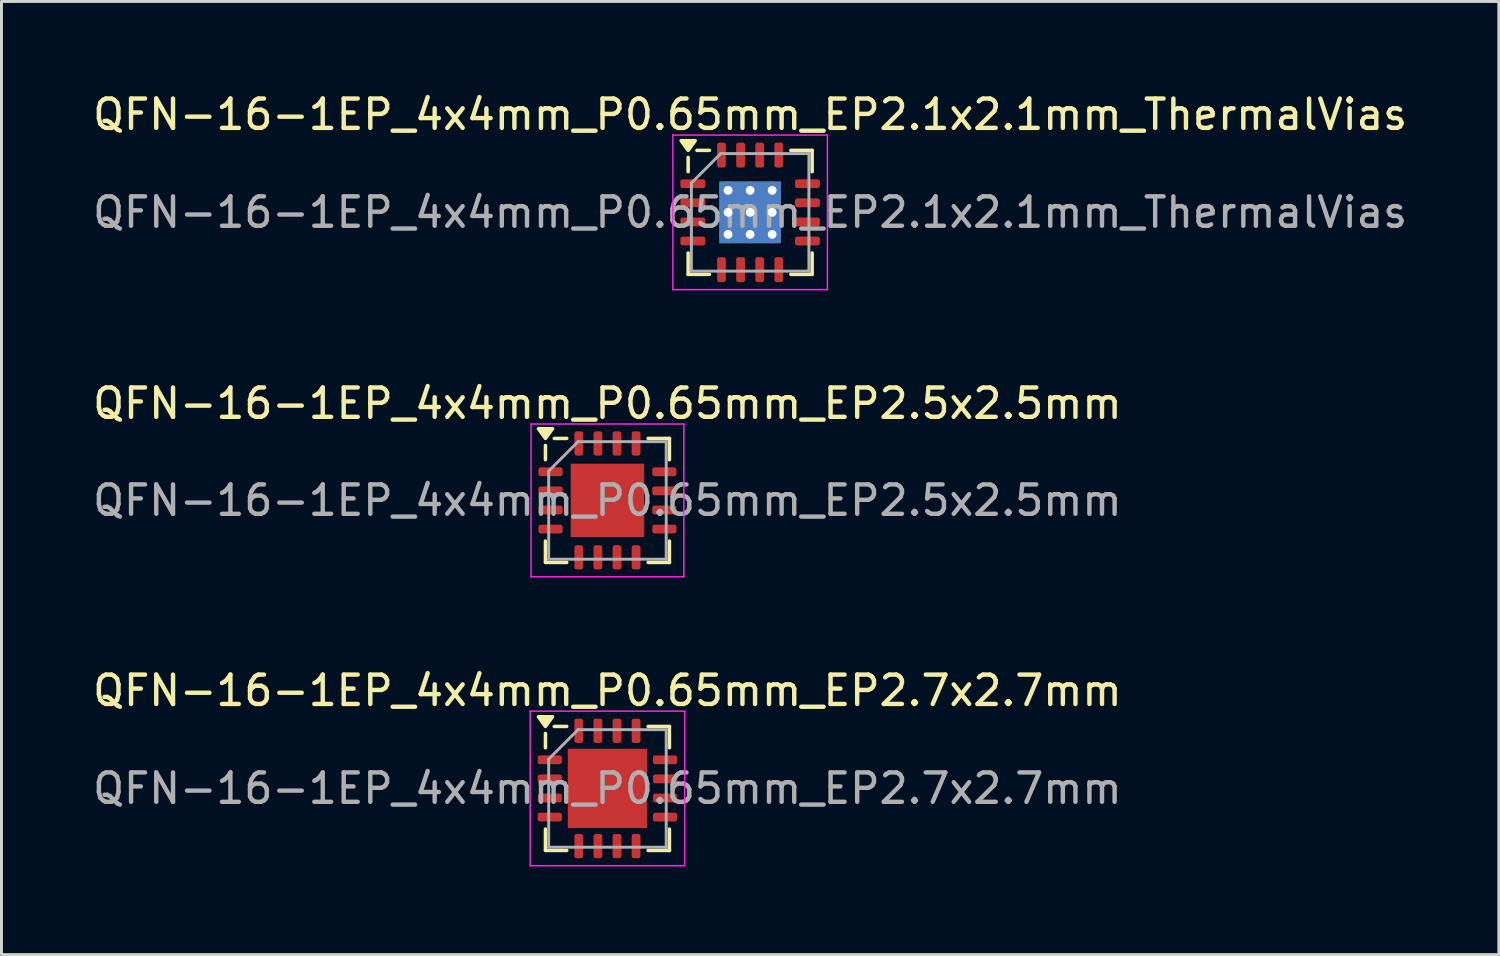
<source format=kicad_pcb>
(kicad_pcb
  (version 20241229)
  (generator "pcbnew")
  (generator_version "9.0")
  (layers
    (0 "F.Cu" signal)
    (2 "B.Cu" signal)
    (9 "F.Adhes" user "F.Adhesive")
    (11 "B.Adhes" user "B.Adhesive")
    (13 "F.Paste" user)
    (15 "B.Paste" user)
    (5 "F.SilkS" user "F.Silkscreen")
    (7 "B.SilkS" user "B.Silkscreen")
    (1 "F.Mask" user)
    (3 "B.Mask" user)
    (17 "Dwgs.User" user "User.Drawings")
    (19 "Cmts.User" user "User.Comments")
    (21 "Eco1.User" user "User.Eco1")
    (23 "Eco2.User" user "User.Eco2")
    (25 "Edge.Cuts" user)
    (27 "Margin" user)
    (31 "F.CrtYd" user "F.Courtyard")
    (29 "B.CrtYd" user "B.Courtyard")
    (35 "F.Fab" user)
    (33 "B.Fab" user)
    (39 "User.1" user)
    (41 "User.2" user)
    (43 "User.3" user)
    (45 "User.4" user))
  (footprint "QFN-16-1EP_4x4mm_P0.65mm_EP2.7x2.7mm"
    (layer "F.Cu")
    (at 17.625 23.785)
    (property "Reference" "QFN-16-1EP_4x4mm_P0.65mm_EP2.7x2.7mm" (at 0 -3.33 0) (layer "F.SilkS") (effects (font (size 1 1) (thickness 0.15))))
    (attr smd)
    (fp_line (start -2.11 -1.385) (end -2.11 -1.87) (stroke (width 0.12) (type solid)) (layer "F.SilkS"))
    (fp_line (start -2.11 2.11) (end -2.11 1.385) (stroke (width 0.12) (type solid)) (layer "F.SilkS"))
    (fp_line (start -1.385 -2.11) (end -1.81 -2.11) (stroke (width 0.12) (type solid)) (layer "F.SilkS"))
    (fp_line (start -1.385 2.11) (end -2.11 2.11) (stroke (width 0.12) (type solid)) (layer "F.SilkS"))
    (fp_line (start 1.385 -2.11) (end 2.11 -2.11) (stroke (width 0.12) (type solid)) (layer "F.SilkS"))
    (fp_line (start 1.385 2.11) (end 2.11 2.11) (stroke (width 0.12) (type solid)) (layer "F.SilkS"))
    (fp_line (start 2.11 -2.11) (end 2.11 -1.385) (stroke (width 0.12) (type solid)) (layer "F.SilkS"))
    (fp_line (start 2.11 2.11) (end 2.11 1.385) (stroke (width 0.12) (type solid)) (layer "F.SilkS"))
    (fp_poly (pts (xy -2.11 -2.11) (xy -2.35 -2.44) (xy -1.87 -2.44) (xy -2.11 -2.11)) (stroke (width 0.12) (type solid)) (fill yes) (layer "F.SilkS"))
    (fp_line (start -2.63 -2.63) (end -2.63 2.63) (stroke (width 0.05) (type solid)) (layer "F.CrtYd"))
    (fp_line (start -2.63 2.63) (end 2.63 2.63) (stroke (width 0.05) (type solid)) (layer "F.CrtYd"))
    (fp_line (start 2.63 -2.63) (end -2.63 -2.63) (stroke (width 0.05) (type solid)) (layer "F.CrtYd"))
    (fp_line (start 2.63 2.63) (end 2.63 -2.63) (stroke (width 0.05) (type solid)) (layer "F.CrtYd"))
    (fp_line (start -2 -1) (end -1 -2) (stroke (width 0.1) (type solid)) (layer "F.Fab"))
    (fp_line (start -2 2) (end -2 -1) (stroke (width 0.1) (type solid)) (layer "F.Fab"))
    (fp_line (start -1 -2) (end 2 -2) (stroke (width 0.1) (type solid)) (layer "F.Fab"))
    (fp_line (start 2 -2) (end 2 2) (stroke (width 0.1) (type solid)) (layer "F.Fab"))
    (fp_line (start 2 2) (end -2 2) (stroke (width 0.1) (type solid)) (layer "F.Fab"))
    (fp_text user "${REFERENCE}" (at 0 0 0) (layer "F.Fab") (effects (font (size 1 1) (thickness 0.15))))
    (pad "" smd roundrect (at -0.675 -0.675) (size 1.09 1.09) (layers "F.Paste") (roundrect_rratio 0.229))
    (pad "" smd roundrect (at -0.675 0.675) (size 1.09 1.09) (layers "F.Paste") (roundrect_rratio 0.229))
    (pad "" smd roundrect (at 0.675 -0.675) (size 1.09 1.09) (layers "F.Paste") (roundrect_rratio 0.229))
    (pad "" smd roundrect (at 0.675 0.675) (size 1.09 1.09) (layers "F.Paste") (roundrect_rratio 0.229))
    (pad "1" smd roundrect (at -1.962 -0.975) (size 0.825 0.3) (layers "F.Cu" "F.Mask" "F.Paste") (roundrect_rratio 0.25))
    (pad "2" smd roundrect (at -1.962 -0.325) (size 0.825 0.3) (layers "F.Cu" "F.Mask" "F.Paste") (roundrect_rratio 0.25))
    (pad "3" smd roundrect (at -1.962 0.325) (size 0.825 0.3) (layers "F.Cu" "F.Mask" "F.Paste") (roundrect_rratio 0.25))
    (pad "4" smd roundrect (at -1.962 0.975) (size 0.825 0.3) (layers "F.Cu" "F.Mask" "F.Paste") (roundrect_rratio 0.25))
    (pad "5" smd roundrect (at -0.975 1.962) (size 0.3 0.825) (layers "F.Cu" "F.Mask" "F.Paste") (roundrect_rratio 0.25))
    (pad "6" smd roundrect (at -0.325 1.962) (size 0.3 0.825) (layers "F.Cu" "F.Mask" "F.Paste") (roundrect_rratio 0.25))
    (pad "7" smd roundrect (at 0.325 1.962) (size 0.3 0.825) (layers "F.Cu" "F.Mask" "F.Paste") (roundrect_rratio 0.25))
    (pad "8" smd roundrect (at 0.975 1.962) (size 0.3 0.825) (layers "F.Cu" "F.Mask" "F.Paste") (roundrect_rratio 0.25))
    (pad "9" smd roundrect (at 1.962 0.975) (size 0.825 0.3) (layers "F.Cu" "F.Mask" "F.Paste") (roundrect_rratio 0.25))
    (pad "10" smd roundrect (at 1.962 0.325) (size 0.825 0.3) (layers "F.Cu" "F.Mask" "F.Paste") (roundrect_rratio 0.25))
    (pad "11" smd roundrect (at 1.962 -0.325) (size 0.825 0.3) (layers "F.Cu" "F.Mask" "F.Paste") (roundrect_rratio 0.25))
    (pad "12" smd roundrect (at 1.962 -0.975) (size 0.825 0.3) (layers "F.Cu" "F.Mask" "F.Paste") (roundrect_rratio 0.25))
    (pad "13" smd roundrect (at 0.975 -1.962) (size 0.3 0.825) (layers "F.Cu" "F.Mask" "F.Paste") (roundrect_rratio 0.25))
    (pad "14" smd roundrect (at 0.325 -1.962) (size 0.3 0.825) (layers "F.Cu" "F.Mask" "F.Paste") (roundrect_rratio 0.25))
    (pad "15" smd roundrect (at -0.325 -1.962) (size 0.3 0.825) (layers "F.Cu" "F.Mask" "F.Paste") (roundrect_rratio 0.25))
    (pad "16" smd roundrect (at -0.975 -1.962) (size 0.3 0.825) (layers "F.Cu" "F.Mask" "F.Paste") (roundrect_rratio 0.25))
    (pad "17" smd rect (at 0 0) (size 2.7 2.7) (property pad_prop_heatsink) (layers "F.Cu" "F.Mask")))
  (footprint "QFN-16-1EP_4x4mm_P0.65mm_EP2.5x2.5mm"
    (layer "F.Cu")
    (at 17.625 13.982)
    (property "Reference" "QFN-16-1EP_4x4mm_P0.65mm_EP2.5x2.5mm" (at 0 -3.3 0) (layer "F.SilkS") (effects (font (size 1 1) (thickness 0.15))))
    (attr smd)
    (fp_line (start -2.11 -1.385) (end -2.11 -1.87) (stroke (width 0.12) (type solid)) (layer "F.SilkS"))
    (fp_line (start -2.11 2.11) (end -2.11 1.385) (stroke (width 0.12) (type solid)) (layer "F.SilkS"))
    (fp_line (start -1.385 -2.11) (end -1.81 -2.11) (stroke (width 0.12) (type solid)) (layer "F.SilkS"))
    (fp_line (start -1.385 2.11) (end -2.11 2.11) (stroke (width 0.12) (type solid)) (layer "F.SilkS"))
    (fp_line (start 1.385 -2.11) (end 2.11 -2.11) (stroke (width 0.12) (type solid)) (layer "F.SilkS"))
    (fp_line (start 1.385 2.11) (end 2.11 2.11) (stroke (width 0.12) (type solid)) (layer "F.SilkS"))
    (fp_line (start 2.11 -2.11) (end 2.11 -1.385) (stroke (width 0.12) (type solid)) (layer "F.SilkS"))
    (fp_line (start 2.11 2.11) (end 2.11 1.385) (stroke (width 0.12) (type solid)) (layer "F.SilkS"))
    (fp_poly (pts (xy -2.11 -2.11) (xy -2.35 -2.44) (xy -1.87 -2.44) (xy -2.11 -2.11)) (stroke (width 0.12) (type solid)) (fill yes) (layer "F.SilkS"))
    (fp_line (start -2.6 -2.6) (end -2.6 2.6) (stroke (width 0.05) (type solid)) (layer "F.CrtYd"))
    (fp_line (start -2.6 2.6) (end 2.6 2.6) (stroke (width 0.05) (type solid)) (layer "F.CrtYd"))
    (fp_line (start 2.6 -2.6) (end -2.6 -2.6) (stroke (width 0.05) (type solid)) (layer "F.CrtYd"))
    (fp_line (start 2.6 2.6) (end 2.6 -2.6) (stroke (width 0.05) (type solid)) (layer "F.CrtYd"))
    (fp_line (start -2 -1) (end -1 -2) (stroke (width 0.1) (type solid)) (layer "F.Fab"))
    (fp_line (start -2 2) (end -2 -1) (stroke (width 0.1) (type solid)) (layer "F.Fab"))
    (fp_line (start -1 -2) (end 2 -2) (stroke (width 0.1) (type solid)) (layer "F.Fab"))
    (fp_line (start 2 -2) (end 2 2) (stroke (width 0.1) (type solid)) (layer "F.Fab"))
    (fp_line (start 2 2) (end -2 2) (stroke (width 0.1) (type solid)) (layer "F.Fab"))
    (fp_text user "${REFERENCE}" (at 0 0 0) (layer "F.Fab") (effects (font (size 1 1) (thickness 0.15))))
    (pad "" smd roundrect (at -0.625 -0.625) (size 1.01 1.01) (layers "F.Paste") (roundrect_rratio 0.248))
    (pad "" smd roundrect (at -0.625 0.625) (size 1.01 1.01) (layers "F.Paste") (roundrect_rratio 0.248))
    (pad "" smd roundrect (at 0.625 -0.625) (size 1.01 1.01) (layers "F.Paste") (roundrect_rratio 0.248))
    (pad "" smd roundrect (at 0.625 0.625) (size 1.01 1.01) (layers "F.Paste") (roundrect_rratio 0.248))
    (pad "1" smd roundrect (at -1.938 -0.975) (size 0.825 0.3) (layers "F.Cu" "F.Mask" "F.Paste") (roundrect_rratio 0.25))
    (pad "2" smd roundrect (at -1.938 -0.325) (size 0.825 0.3) (layers "F.Cu" "F.Mask" "F.Paste") (roundrect_rratio 0.25))
    (pad "3" smd roundrect (at -1.938 0.325) (size 0.825 0.3) (layers "F.Cu" "F.Mask" "F.Paste") (roundrect_rratio 0.25))
    (pad "4" smd roundrect (at -1.938 0.975) (size 0.825 0.3) (layers "F.Cu" "F.Mask" "F.Paste") (roundrect_rratio 0.25))
    (pad "5" smd roundrect (at -0.975 1.938) (size 0.3 0.825) (layers "F.Cu" "F.Mask" "F.Paste") (roundrect_rratio 0.25))
    (pad "6" smd roundrect (at -0.325 1.938) (size 0.3 0.825) (layers "F.Cu" "F.Mask" "F.Paste") (roundrect_rratio 0.25))
    (pad "7" smd roundrect (at 0.325 1.938) (size 0.3 0.825) (layers "F.Cu" "F.Mask" "F.Paste") (roundrect_rratio 0.25))
    (pad "8" smd roundrect (at 0.975 1.938) (size 0.3 0.825) (layers "F.Cu" "F.Mask" "F.Paste") (roundrect_rratio 0.25))
    (pad "9" smd roundrect (at 1.938 0.975) (size 0.825 0.3) (layers "F.Cu" "F.Mask" "F.Paste") (roundrect_rratio 0.25))
    (pad "10" smd roundrect (at 1.938 0.325) (size 0.825 0.3) (layers "F.Cu" "F.Mask" "F.Paste") (roundrect_rratio 0.25))
    (pad "11" smd roundrect (at 1.938 -0.325) (size 0.825 0.3) (layers "F.Cu" "F.Mask" "F.Paste") (roundrect_rratio 0.25))
    (pad "12" smd roundrect (at 1.938 -0.975) (size 0.825 0.3) (layers "F.Cu" "F.Mask" "F.Paste") (roundrect_rratio 0.25))
    (pad "13" smd roundrect (at 0.975 -1.938) (size 0.3 0.825) (layers "F.Cu" "F.Mask" "F.Paste") (roundrect_rratio 0.25))
    (pad "14" smd roundrect (at 0.325 -1.938) (size 0.3 0.825) (layers "F.Cu" "F.Mask" "F.Paste") (roundrect_rratio 0.25))
    (pad "15" smd roundrect (at -0.325 -1.938) (size 0.3 0.825) (layers "F.Cu" "F.Mask" "F.Paste") (roundrect_rratio 0.25))
    (pad "16" smd roundrect (at -0.975 -1.938) (size 0.3 0.825) (layers "F.Cu" "F.Mask" "F.Paste") (roundrect_rratio 0.25))
    (pad "17" smd rect (at 0 0) (size 2.5 2.5) (property pad_prop_heatsink) (layers "F.Cu" "F.Mask")))
  (footprint "QFN-16-1EP_4x4mm_P0.65mm_EP2.1x2.1mm_ThermalVias"
    (layer "F.Cu")
    (at 22.482 4.178)
    (property "Reference" "QFN-16-1EP_4x4mm_P0.65mm_EP2.1x2.1mm_ThermalVias" (at 0 -3.33 0) (layer "F.SilkS") (effects (font (size 1 1) (thickness 0.15))))
    (attr smd)
    (fp_line (start -2.11 -1.385) (end -2.11 -1.87) (stroke (width 0.12) (type solid)) (layer "F.SilkS"))
    (fp_line (start -2.11 2.11) (end -2.11 1.385) (stroke (width 0.12) (type solid)) (layer "F.SilkS"))
    (fp_line (start -1.385 -2.11) (end -1.81 -2.11) (stroke (width 0.12) (type solid)) (layer "F.SilkS"))
    (fp_line (start -1.385 2.11) (end -2.11 2.11) (stroke (width 0.12) (type solid)) (layer "F.SilkS"))
    (fp_line (start 1.385 -2.11) (end 2.11 -2.11) (stroke (width 0.12) (type solid)) (layer "F.SilkS"))
    (fp_line (start 1.385 2.11) (end 2.11 2.11) (stroke (width 0.12) (type solid)) (layer "F.SilkS"))
    (fp_line (start 2.11 -2.11) (end 2.11 -1.385) (stroke (width 0.12) (type solid)) (layer "F.SilkS"))
    (fp_line (start 2.11 2.11) (end 2.11 1.385) (stroke (width 0.12) (type solid)) (layer "F.SilkS"))
    (fp_poly (pts (xy -2.11 -2.11) (xy -2.35 -2.44) (xy -1.87 -2.44) (xy -2.11 -2.11)) (stroke (width 0.12) (type solid)) (fill yes) (layer "F.SilkS"))
    (fp_line (start -2.63 -2.63) (end -2.63 2.63) (stroke (width 0.05) (type solid)) (layer "F.CrtYd"))
    (fp_line (start -2.63 2.63) (end 2.63 2.63) (stroke (width 0.05) (type solid)) (layer "F.CrtYd"))
    (fp_line (start 2.63 -2.63) (end -2.63 -2.63) (stroke (width 0.05) (type solid)) (layer "F.CrtYd"))
    (fp_line (start 2.63 2.63) (end 2.63 -2.63) (stroke (width 0.05) (type solid)) (layer "F.CrtYd"))
    (fp_line (start -2 -1) (end -1 -2) (stroke (width 0.1) (type solid)) (layer "F.Fab"))
    (fp_line (start -2 2) (end -2 -1) (stroke (width 0.1) (type solid)) (layer "F.Fab"))
    (fp_line (start -1 -2) (end 2 -2) (stroke (width 0.1) (type solid)) (layer "F.Fab"))
    (fp_line (start 2 -2) (end 2 2) (stroke (width 0.1) (type solid)) (layer "F.Fab"))
    (fp_line (start 2 2) (end -2 2) (stroke (width 0.1) (type solid)) (layer "F.Fab"))
    (fp_text user "${REFERENCE}" (at 0 0 0) (layer "F.Fab") (effects (font (size 1 1) (thickness 0.15))))
    (pad "" smd roundrect (at -0.525 -0.525) (size 0.91 0.91) (layers "F.Paste") (roundrect_rratio 0.25))
    (pad "" smd roundrect (at -0.525 0.525) (size 0.91 0.91) (layers "F.Paste") (roundrect_rratio 0.25))
    (pad "" smd roundrect (at 0.525 -0.525) (size 0.91 0.91) (layers "F.Paste") (roundrect_rratio 0.25))
    (pad "" smd roundrect (at 0.525 0.525) (size 0.91 0.91) (layers "F.Paste") (roundrect_rratio 0.25))
    (pad "1" smd roundrect (at -1.95 -0.975) (size 0.85 0.3) (layers "F.Cu" "F.Mask" "F.Paste") (roundrect_rratio 0.25))
    (pad "2" smd roundrect (at -1.95 -0.325) (size 0.85 0.3) (layers "F.Cu" "F.Mask" "F.Paste") (roundrect_rratio 0.25))
    (pad "3" smd roundrect (at -1.95 0.325) (size 0.85 0.3) (layers "F.Cu" "F.Mask" "F.Paste") (roundrect_rratio 0.25))
    (pad "4" smd roundrect (at -1.95 0.975) (size 0.85 0.3) (layers "F.Cu" "F.Mask" "F.Paste") (roundrect_rratio 0.25))
    (pad "5" smd roundrect (at -0.975 1.95) (size 0.3 0.85) (layers "F.Cu" "F.Mask" "F.Paste") (roundrect_rratio 0.25))
    (pad "6" smd roundrect (at -0.325 1.95) (size 0.3 0.85) (layers "F.Cu" "F.Mask" "F.Paste") (roundrect_rratio 0.25))
    (pad "7" smd roundrect (at 0.325 1.95) (size 0.3 0.85) (layers "F.Cu" "F.Mask" "F.Paste") (roundrect_rratio 0.25))
    (pad "8" smd roundrect (at 0.975 1.95) (size 0.3 0.85) (layers "F.Cu" "F.Mask" "F.Paste") (roundrect_rratio 0.25))
    (pad "9" smd roundrect (at 1.95 0.975) (size 0.85 0.3) (layers "F.Cu" "F.Mask" "F.Paste") (roundrect_rratio 0.25))
    (pad "10" smd roundrect (at 1.95 0.325) (size 0.85 0.3) (layers "F.Cu" "F.Mask" "F.Paste") (roundrect_rratio 0.25))
    (pad "11" smd roundrect (at 1.95 -0.325) (size 0.85 0.3) (layers "F.Cu" "F.Mask" "F.Paste") (roundrect_rratio 0.25))
    (pad "12" smd roundrect (at 1.95 -0.975) (size 0.85 0.3) (layers "F.Cu" "F.Mask" "F.Paste") (roundrect_rratio 0.25))
    (pad "13" smd roundrect (at 0.975 -1.95) (size 0.3 0.85) (layers "F.Cu" "F.Mask" "F.Paste") (roundrect_rratio 0.25))
    (pad "14" smd roundrect (at 0.325 -1.95) (size 0.3 0.85) (layers "F.Cu" "F.Mask" "F.Paste") (roundrect_rratio 0.25))
    (pad "15" smd roundrect (at -0.325 -1.95) (size 0.3 0.85) (layers "F.Cu" "F.Mask" "F.Paste") (roundrect_rratio 0.25))
    (pad "16" smd roundrect (at -0.975 -1.95) (size 0.3 0.85) (layers "F.Cu" "F.Mask" "F.Paste") (roundrect_rratio 0.25))
    (pad "17" thru_hole circle (at -0.75 -0.75) (size 0.6 0.6) (drill 0.3) (property pad_prop_heatsink) (layers "*.Cu"))
    (pad "17" thru_hole circle (at -0.75 0) (size 0.6 0.6) (drill 0.3) (property pad_prop_heatsink) (layers "*.Cu"))
    (pad "17" thru_hole circle (at -0.75 0.75) (size 0.6 0.6) (drill 0.3) (property pad_prop_heatsink) (layers "*.Cu"))
    (pad "17" thru_hole circle (at 0 -0.75) (size 0.6 0.6) (drill 0.3) (property pad_prop_heatsink) (layers "*.Cu"))
    (pad "17" thru_hole circle (at 0 0) (size 0.6 0.6) (drill 0.3) (property pad_prop_heatsink) (layers "*.Cu"))
    (pad "17" smd rect (at 0 0) (size 2.1 2.1) (property pad_prop_heatsink) (layers "F.Cu" "F.Mask"))
    (pad "17" smd rect (at 0 0) (size 2.1 2.1) (property pad_prop_heatsink) (layers "B.Cu"))
    (pad "17" thru_hole circle (at 0 0.75) (size 0.6 0.6) (drill 0.3) (property pad_prop_heatsink) (layers "*.Cu"))
    (pad "17" thru_hole circle (at 0.75 -0.75) (size 0.6 0.6) (drill 0.3) (property pad_prop_heatsink) (layers "*.Cu"))
    (pad "17" thru_hole circle (at 0.75 0) (size 0.6 0.6) (drill 0.3) (property pad_prop_heatsink) (layers "*.Cu"))
    (pad "17" thru_hole circle (at 0.75 0.75) (size 0.6 0.6) (drill 0.3) (property pad_prop_heatsink) (layers "*.Cu")))
  (gr_rect
    (start -3 -3)
    (end 47.964 29.44)
    (stroke (width 0.1) (type default))
    (fill no)
    (layer "Edge.Cuts")))
</source>
